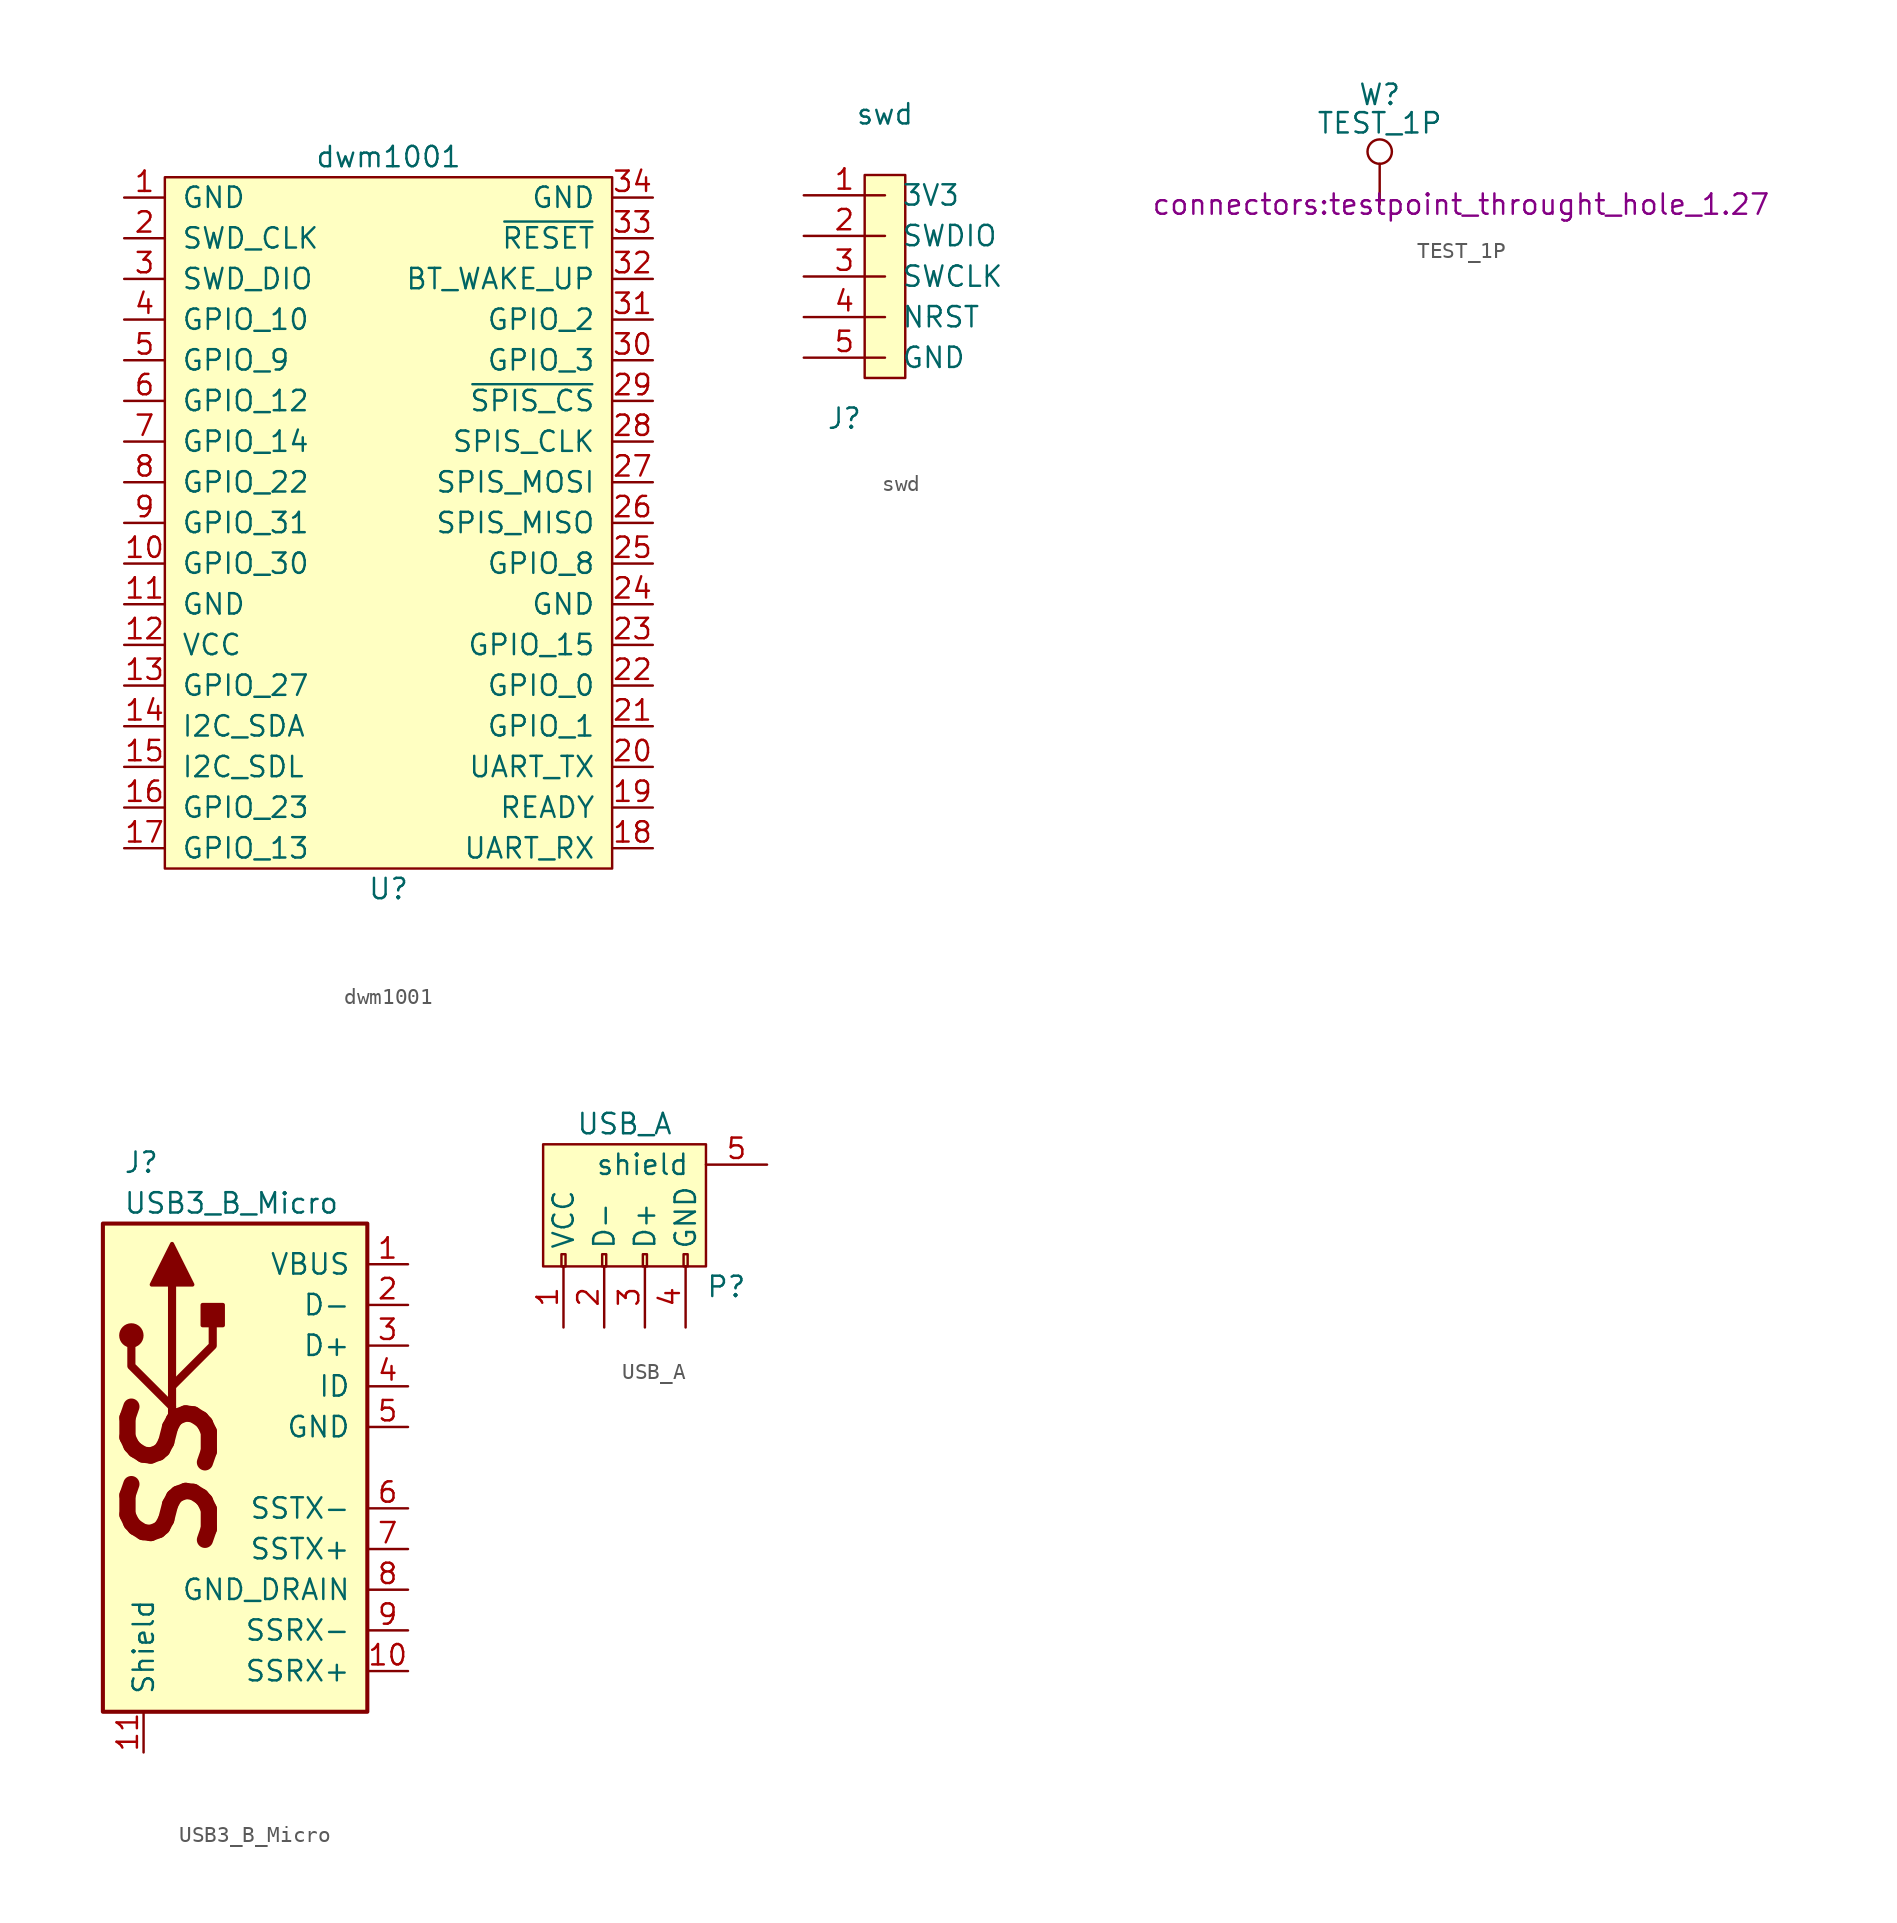
<source format=kicad_sym>
(kicad_symbol_lib
  (version 20211014)
  (generator kicad_symbol_editor)
  (symbol "dwm1001"
    (pin_names
      (offset 1.016))
    (property "Reference" "U"
      (at 0 -24.13 0)
      (effects (font (size 1.27 1.27))))
    (property "Value" "dwm1001"
      (at 0 21.59 0)
      (effects (font (size 1.27 1.27))))
    (symbol "dwm1001_0_1"
      (rectangle (start -13.97 20.32) (end 13.97 -22.86) (stroke (width 0) (type default) (color 0 0 0 0)) (fill (type background))))
    (symbol "dwm1001_1_1"
      (pin input line (at -16.51 19.05 0) (length 2.54) (name "GND" (effects (font (size 1.27 1.27)))) (number "1" (effects (font (size 1.27 1.27)))))
      (pin input line (at -16.51 -3.81 0) (length 2.54) (name "GPIO_30" (effects (font (size 1.27 1.27)))) (number "10" (effects (font (size 1.27 1.27)))))
      (pin input line (at -16.51 -6.35 0) (length 2.54) (name "GND" (effects (font (size 1.27 1.27)))) (number "11" (effects (font (size 1.27 1.27)))))
      (pin input line (at -16.51 -8.89 0) (length 2.54) (name "VCC" (effects (font (size 1.27 1.27)))) (number "12" (effects (font (size 1.27 1.27)))))
      (pin input line (at -16.51 -11.43 0) (length 2.54) (name "GPIO_27" (effects (font (size 1.27 1.27)))) (number "13" (effects (font (size 1.27 1.27)))))
      (pin input line (at -16.51 -13.97 0) (length 2.54) (name "I2C_SDA" (effects (font (size 1.27 1.27)))) (number "14" (effects (font (size 1.27 1.27)))))
      (pin input line (at -16.51 -16.51 0) (length 2.54) (name "I2C_SDL" (effects (font (size 1.27 1.27)))) (number "15" (effects (font (size 1.27 1.27)))))
      (pin input line (at -16.51 -19.05 0) (length 2.54) (name "GPIO_23" (effects (font (size 1.27 1.27)))) (number "16" (effects (font (size 1.27 1.27)))))
      (pin input line (at -16.51 -21.59 0) (length 2.54) (name "GPIO_13" (effects (font (size 1.27 1.27)))) (number "17" (effects (font (size 1.27 1.27)))))
      (pin input line (at 16.51 -21.59 180) (length 2.54) (name "UART_RX" (effects (font (size 1.27 1.27)))) (number "18" (effects (font (size 1.27 1.27)))))
      (pin input line (at 16.51 -19.05 180) (length 2.54) (name "READY" (effects (font (size 1.27 1.27)))) (number "19" (effects (font (size 1.27 1.27)))))
      (pin input line (at -16.51 16.51 0) (length 2.54) (name "SWD_CLK" (effects (font (size 1.27 1.27)))) (number "2" (effects (font (size 1.27 1.27)))))
      (pin input line (at 16.51 -16.51 180) (length 2.54) (name "UART_TX" (effects (font (size 1.27 1.27)))) (number "20" (effects (font (size 1.27 1.27)))))
      (pin input line (at 16.51 -13.97 180) (length 2.54) (name "GPIO_1" (effects (font (size 1.27 1.27)))) (number "21" (effects (font (size 1.27 1.27)))))
      (pin input line (at 16.51 -11.43 180) (length 2.54) (name "GPIO_0" (effects (font (size 1.27 1.27)))) (number "22" (effects (font (size 1.27 1.27)))))
      (pin input line (at 16.51 -8.89 180) (length 2.54) (name "GPIO_15" (effects (font (size 1.27 1.27)))) (number "23" (effects (font (size 1.27 1.27)))))
      (pin input line (at 16.51 -6.35 180) (length 2.54) (name "GND" (effects (font (size 1.27 1.27)))) (number "24" (effects (font (size 1.27 1.27)))))
      (pin input line (at 16.51 -3.81 180) (length 2.54) (name "GPIO_8" (effects (font (size 1.27 1.27)))) (number "25" (effects (font (size 1.27 1.27)))))
      (pin input line (at 16.51 -1.27 180) (length 2.54) (name "SPIS_MISO" (effects (font (size 1.27 1.27)))) (number "26" (effects (font (size 1.27 1.27)))))
      (pin input line (at 16.51 1.27 180) (length 2.54) (name "SPIS_MOSI" (effects (font (size 1.27 1.27)))) (number "27" (effects (font (size 1.27 1.27)))))
      (pin input line (at 16.51 3.81 180) (length 2.54) (name "SPIS_CLK" (effects (font (size 1.27 1.27)))) (number "28" (effects (font (size 1.27 1.27)))))
      (pin input line (at 16.51 6.35 180) (length 2.54) (name "~{SPIS_CS}" (effects (font (size 1.27 1.27)))) (number "29" (effects (font (size 1.27 1.27)))))
      (pin input line (at -16.51 13.97 0) (length 2.54) (name "SWD_DIO" (effects (font (size 1.27 1.27)))) (number "3" (effects (font (size 1.27 1.27)))))
      (pin input line (at 16.51 8.89 180) (length 2.54) (name "GPIO_3" (effects (font (size 1.27 1.27)))) (number "30" (effects (font (size 1.27 1.27)))))
      (pin input line (at 16.51 11.43 180) (length 2.54) (name "GPIO_2" (effects (font (size 1.27 1.27)))) (number "31" (effects (font (size 1.27 1.27)))))
      (pin input line (at 16.51 13.97 180) (length 2.54) (name "BT_WAKE_UP" (effects (font (size 1.27 1.27)))) (number "32" (effects (font (size 1.27 1.27)))))
      (pin input line (at 16.51 16.51 180) (length 2.54) (name "~{RESET}" (effects (font (size 1.27 1.27)))) (number "33" (effects (font (size 1.27 1.27)))))
      (pin input line (at 16.51 19.05 180) (length 2.54) (name "GND" (effects (font (size 1.27 1.27)))) (number "34" (effects (font (size 1.27 1.27)))))
      (pin input line (at -16.51 11.43 0) (length 2.54) (name "GPIO_10" (effects (font (size 1.27 1.27)))) (number "4" (effects (font (size 1.27 1.27)))))
      (pin input line (at -16.51 8.89 0) (length 2.54) (name "GPIO_9" (effects (font (size 1.27 1.27)))) (number "5" (effects (font (size 1.27 1.27)))))
      (pin input line (at -16.51 6.35 0) (length 2.54) (name "GPIO_12" (effects (font (size 1.27 1.27)))) (number "6" (effects (font (size 1.27 1.27)))))
      (pin input line (at -16.51 3.81 0) (length 2.54) (name "GPIO_14" (effects (font (size 1.27 1.27)))) (number "7" (effects (font (size 1.27 1.27)))))
      (pin input line (at -16.51 1.27 0) (length 2.54) (name "GPIO_22" (effects (font (size 1.27 1.27)))) (number "8" (effects (font (size 1.27 1.27)))))
      (pin input line (at -16.51 -1.27 0) (length 2.54) (name "GPIO_31" (effects (font (size 1.27 1.27)))) (number "9" (effects (font (size 1.27 1.27)))))))
  (symbol "swd"
    (pin_names
      (offset 1.016))
    (property "Reference" "J"
      (at -2.54 -8.89 0)
      (effects (font (size 1.27 1.27))))
    (property "Value" "swd"
      (at 0 10.16 0)
      (effects (font (size 1.27 1.27))))
    (property "Footprint" ""
      (at 0 0 0)
      (effects (font (size 1.27 1.27))))
    (property "Datasheet" ""
      (at 0 0 0)
      (effects (font (size 1.27 1.27))))
    (symbol "swd_0_1"
      (rectangle (start -1.27 6.35) (end 1.27 -6.35) (stroke (width 0) (type default) (color 0 0 0 0)) (fill (type background))))
    (symbol "swd_1_1"
      (pin input line (at -5.08 5.08 0) (length 5.08) (name "3V3" (effects (font (size 1.27 1.27)))) (number "1" (effects (font (size 1.27 1.27)))))
      (pin input line (at -5.08 2.54 0) (length 5.08) (name "SWDIO" (effects (font (size 1.27 1.27)))) (number "2" (effects (font (size 1.27 1.27)))))
      (pin input line (at -5.08 0 0) (length 5.08) (name "SWCLK" (effects (font (size 1.27 1.27)))) (number "3" (effects (font (size 1.27 1.27)))))
      (pin input line (at -5.08 -2.54 0) (length 5.08) (name "NRST" (effects (font (size 1.27 1.27)))) (number "4" (effects (font (size 1.27 1.27)))))
      (pin input line (at -5.08 -5.08 0) (length 5.08) (name "GND" (effects (font (size 1.27 1.27)))) (number "5" (effects (font (size 1.27 1.27)))))))
  (symbol "TEST_1P"
    (pin_numbers hide)
    (pin_names
      (offset 0.762) hide)
    (property "Reference" "W"
      (at 0 6.858 0)
      (effects (font (size 1.27 1.27))))
    (property "Value" "TEST_1P"
      (at 0 5.08 0)
      (effects (font (size 1.27 1.27))))
    (property "Footprint" "connectors:testpoint_throught_hole_1.27"
      (at 5.08 0 0)
      (effects (font (size 1.27 1.27))))
    (property "Datasheet" ""
      (at 5.08 0 0)
      (effects (font (size 1.27 1.27))))
    (symbol "TEST_1P_0_1"
      (circle (center 0 3.302) (radius 0.762) (stroke (width 0) (type default) (color 0 0 0 0)) (fill (type none))))
    (symbol "TEST_1P_1_1"
      (pin passive line (at 0 0 90) (length 2.54) (name "1" (effects (font (size 1.27 1.27)))) (number "1" (effects (font (size 1.27 1.27)))))))
  (symbol "USB3_B_Micro"
    (pin_names
      (offset 1.016))
    (property "Reference" "J"
      (at 1.27 3.81 0)
      (effects (font (size 1.27 1.27)) (justify left)))
    (property "Value" "USB3_B_Micro"
      (at 1.27 1.27 0)
      (effects (font (size 1.27 1.27)) (justify left)))
    (symbol "USB3_B_Micro_0_1"
      (rectangle (start 0 -30.48) (end 16.51 0) (stroke (width 0.254) (type default) (color 0 0 0 0)) (fill (type background))))
    (symbol "USB3_B_Micro_1_1"
      (polyline (pts (xy 4.318 -12.7) (xy 4.318 -3.81)) (stroke (width 0.508) (type default) (color 0 0 0 0)) (fill (type none)))
      (polyline (pts (xy 4.318 -11.43) (xy 1.778 -8.89) (xy 1.778 -7.62)) (stroke (width 0.508) (type default) (color 0 0 0 0)) (fill (type none)))
      (polyline (pts (xy 4.318 -10.16) (xy 6.858 -7.62) (xy 6.858 -6.35)) (stroke (width 0.508) (type default) (color 0 0 0 0)) (fill (type none)))
      (polyline (pts (xy 3.048 -3.81) (xy 4.318 -1.27) (xy 5.588 -3.81) (xy 3.048 -3.81)) (stroke (width 0.254) (type default) (color 0 0 0 0)) (fill (type outline)))
      (circle (center 1.778 -6.985) (radius 0.635) (stroke (width 0.254) (type default) (color 0 0 0 0)) (fill (type outline)))
      (rectangle (start 6.223 -6.35) (end 7.493 -5.08) (stroke (width 0.254) (type default) (color 0 0 0 0)) (fill (type outline)))
      (text "SS" (at 4.318 -15.875 900) (effects (font (size 5.08 5.08) bold italic)))
      (pin power_out line (at 19.05 -2.54 180) (length 2.54) (name "VBUS" (effects (font (size 1.27 1.27)))) (number "1" (effects (font (size 1.27 1.27)))))
      (pin passive line (at 19.05 -27.94 180) (length 2.54) (name "SSRX+" (effects (font (size 1.27 1.27)))) (number "10" (effects (font (size 1.27 1.27)))))
      (pin passive line (at 2.54 -33.02 90) (length 2.54) (name "Shield" (effects (font (size 1.27 1.27)))) (number "11" (effects (font (size 1.27 1.27)))))
      (pin passive line (at 19.05 -5.08 180) (length 2.54) (name "D-" (effects (font (size 1.27 1.27)))) (number "2" (effects (font (size 1.27 1.27)))))
      (pin passive line (at 19.05 -7.62 180) (length 2.54) (name "D+" (effects (font (size 1.27 1.27)))) (number "3" (effects (font (size 1.27 1.27)))))
      (pin passive line (at 19.05 -10.16 180) (length 2.54) (name "ID" (effects (font (size 1.27 1.27)))) (number "4" (effects (font (size 1.27 1.27)))))
      (pin power_out line (at 19.05 -12.7 180) (length 2.54) (name "GND" (effects (font (size 1.27 1.27)))) (number "5" (effects (font (size 1.27 1.27)))))
      (pin passive line (at 19.05 -17.78 180) (length 2.54) (name "SSTX-" (effects (font (size 1.27 1.27)))) (number "6" (effects (font (size 1.27 1.27)))))
      (pin passive line (at 19.05 -20.32 180) (length 2.54) (name "SSTX+" (effects (font (size 1.27 1.27)))) (number "7" (effects (font (size 1.27 1.27)))))
      (pin passive line (at 19.05 -22.86 180) (length 2.54) (name "GND_DRAIN" (effects (font (size 1.27 1.27)))) (number "8" (effects (font (size 1.27 1.27)))))
      (pin passive line (at 19.05 -25.4 180) (length 2.54) (name "SSRX-" (effects (font (size 1.27 1.27)))) (number "9" (effects (font (size 1.27 1.27)))))))
  (symbol "USB_A"
    (pin_names
      (offset 1.016))
    (property "Reference" "P"
      (at 5.08 -5.08 0)
      (effects (font (size 1.27 1.27))))
    (property "Value" "USB_A"
      (at -1.27 5.08 0)
      (effects (font (size 1.27 1.27))))
    (property "Datasheet" ""
      (at -1.27 -2.54 90)
      (effects (font (size 1.27 1.27))))
    (symbol "USB_A_0_1"
      (rectangle (start -6.35 -3.81) (end 3.81 3.81) (stroke (width 0) (type default) (color 0 0 0 0)) (fill (type background)))
      (rectangle (start -5.207 -3.81) (end -4.953 -3.048) (stroke (width 0) (type default) (color 0 0 0 0)) (fill (type none)))
      (rectangle (start -2.667 -3.81) (end -2.413 -3.048) (stroke (width 0) (type default) (color 0 0 0 0)) (fill (type none)))
      (rectangle (start -0.127 -3.81) (end 0.127 -3.048) (stroke (width 0) (type default) (color 0 0 0 0)) (fill (type none)))
      (rectangle (start 2.413 -3.81) (end 2.667 -3.048) (stroke (width 0) (type default) (color 0 0 0 0)) (fill (type none))))
    (symbol "USB_A_1_1"
      (pin power_in line (at -5.08 -7.62 90) (length 3.81) (name "VCC" (effects (font (size 1.27 1.27)))) (number "1" (effects (font (size 1.27 1.27)))))
      (pin passive line (at -2.54 -7.62 90) (length 3.81) (name "D-" (effects (font (size 1.27 1.27)))) (number "2" (effects (font (size 1.27 1.27)))))
      (pin passive line (at 0 -7.62 90) (length 3.81) (name "D+" (effects (font (size 1.27 1.27)))) (number "3" (effects (font (size 1.27 1.27)))))
      (pin power_in line (at 2.54 -7.62 90) (length 3.81) (name "GND" (effects (font (size 1.27 1.27)))) (number "4" (effects (font (size 1.27 1.27)))))
      (pin passive line (at 7.62 2.54 180) (length 3.81) (name "shield" (effects (font (size 1.27 1.27)))) (number "5" (effects (font (size 1.27 1.27))))))))
</source>
